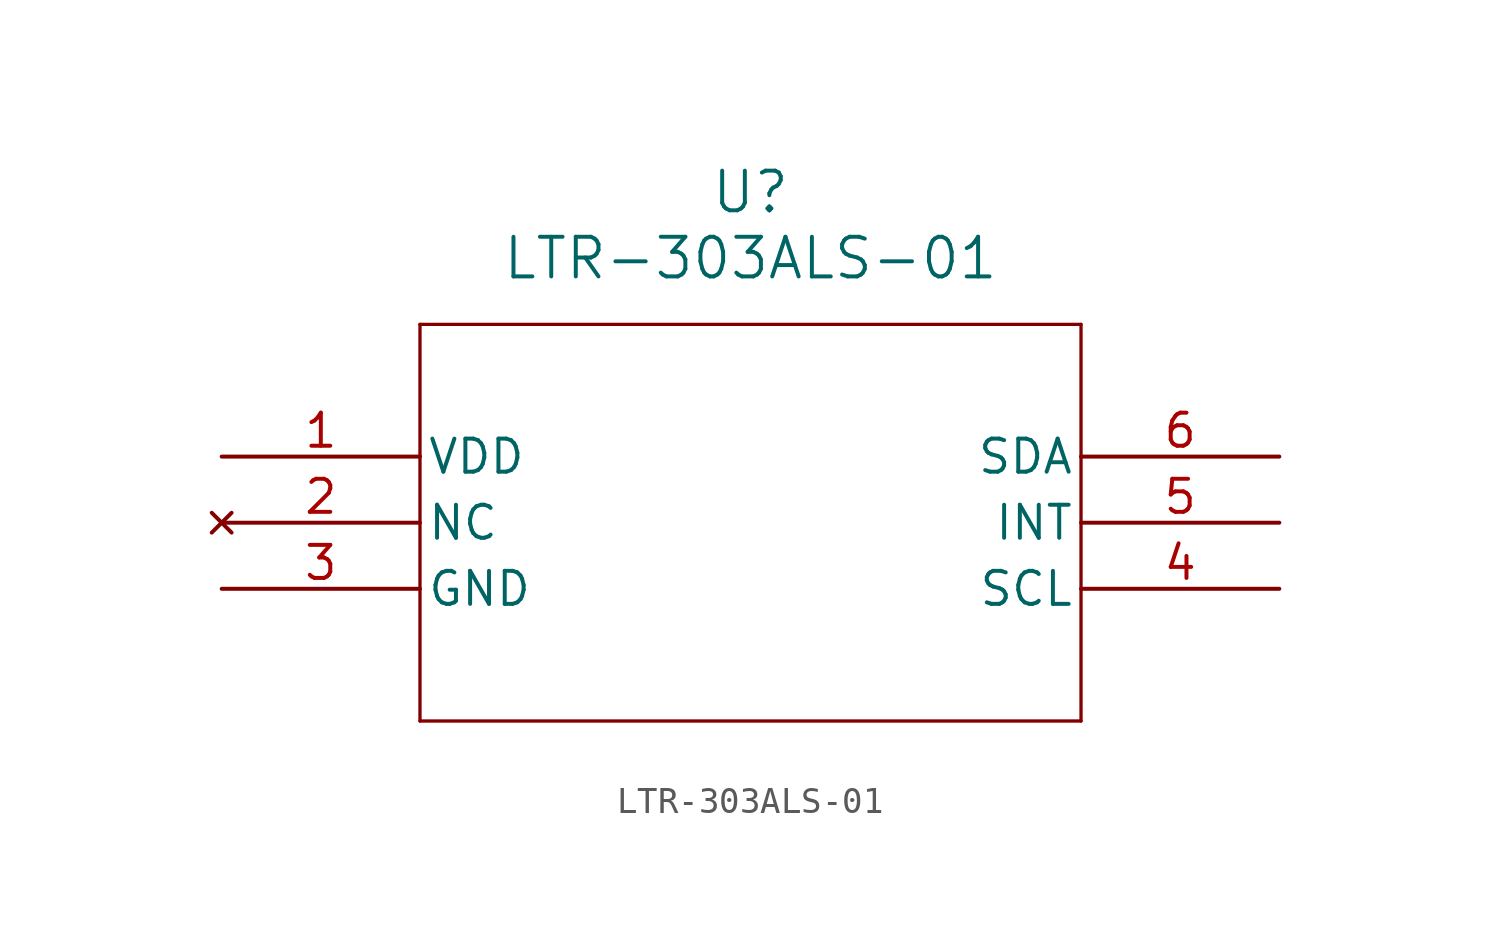
<source format=kicad_sym>
(kicad_symbol_lib
  (version 20211014)
  (generator kicad_symbol_editor)
  (symbol "LTR-303ALS-01"
    (pin_names
      (offset 0.254))
    (property "Reference" "U"
      (at 20.32 10.16 0)
      (effects (font (size 1.524 1.524))))
    (property "Value" "LTR-303ALS-01"
      (at 20.32 7.62 0)
      (effects (font (size 1.524 1.524))))
    (symbol "LTR-303ALS-01_0_1"
      (polyline (pts (xy 7.62 5.08) (xy 7.62 -10.16)) (stroke (width 0.127) (type default) (color 0 0 0 0)) (fill (type none)))
      (polyline (pts (xy 7.62 -10.16) (xy 33.02 -10.16)) (stroke (width 0.127) (type default) (color 0 0 0 0)) (fill (type none)))
      (polyline (pts (xy 33.02 -10.16) (xy 33.02 5.08)) (stroke (width 0.127) (type default) (color 0 0 0 0)) (fill (type none)))
      (polyline (pts (xy 33.02 5.08) (xy 7.62 5.08)) (stroke (width 0.127) (type default) (color 0 0 0 0)) (fill (type none)))
      (pin power_in line (at 0 0 0) (length 7.62) (name "VDD" (effects (font (size 1.27 1.27)))) (number "1" (effects (font (size 1.27 1.27)))))
      (pin no_connect line (at 0 -2.54 0) (length 7.62) (name "NC" (effects (font (size 1.27 1.27)))) (number "2" (effects (font (size 1.27 1.27)))))
      (pin power_out line (at 0 -5.08 0) (length 7.62) (name "GND" (effects (font (size 1.27 1.27)))) (number "3" (effects (font (size 1.27 1.27)))))
      (pin input line (at 40.64 -5.08 180) (length 7.62) (name "SCL" (effects (font (size 1.27 1.27)))) (number "4" (effects (font (size 1.27 1.27)))))
      (pin output line (at 40.64 -2.54 180) (length 7.62) (name "INT" (effects (font (size 1.27 1.27)))) (number "5" (effects (font (size 1.27 1.27)))))
      (pin bidirectional line (at 40.64 0 180) (length 7.62) (name "SDA" (effects (font (size 1.27 1.27)))) (number "6" (effects (font (size 1.27 1.27))))))))
</source>
